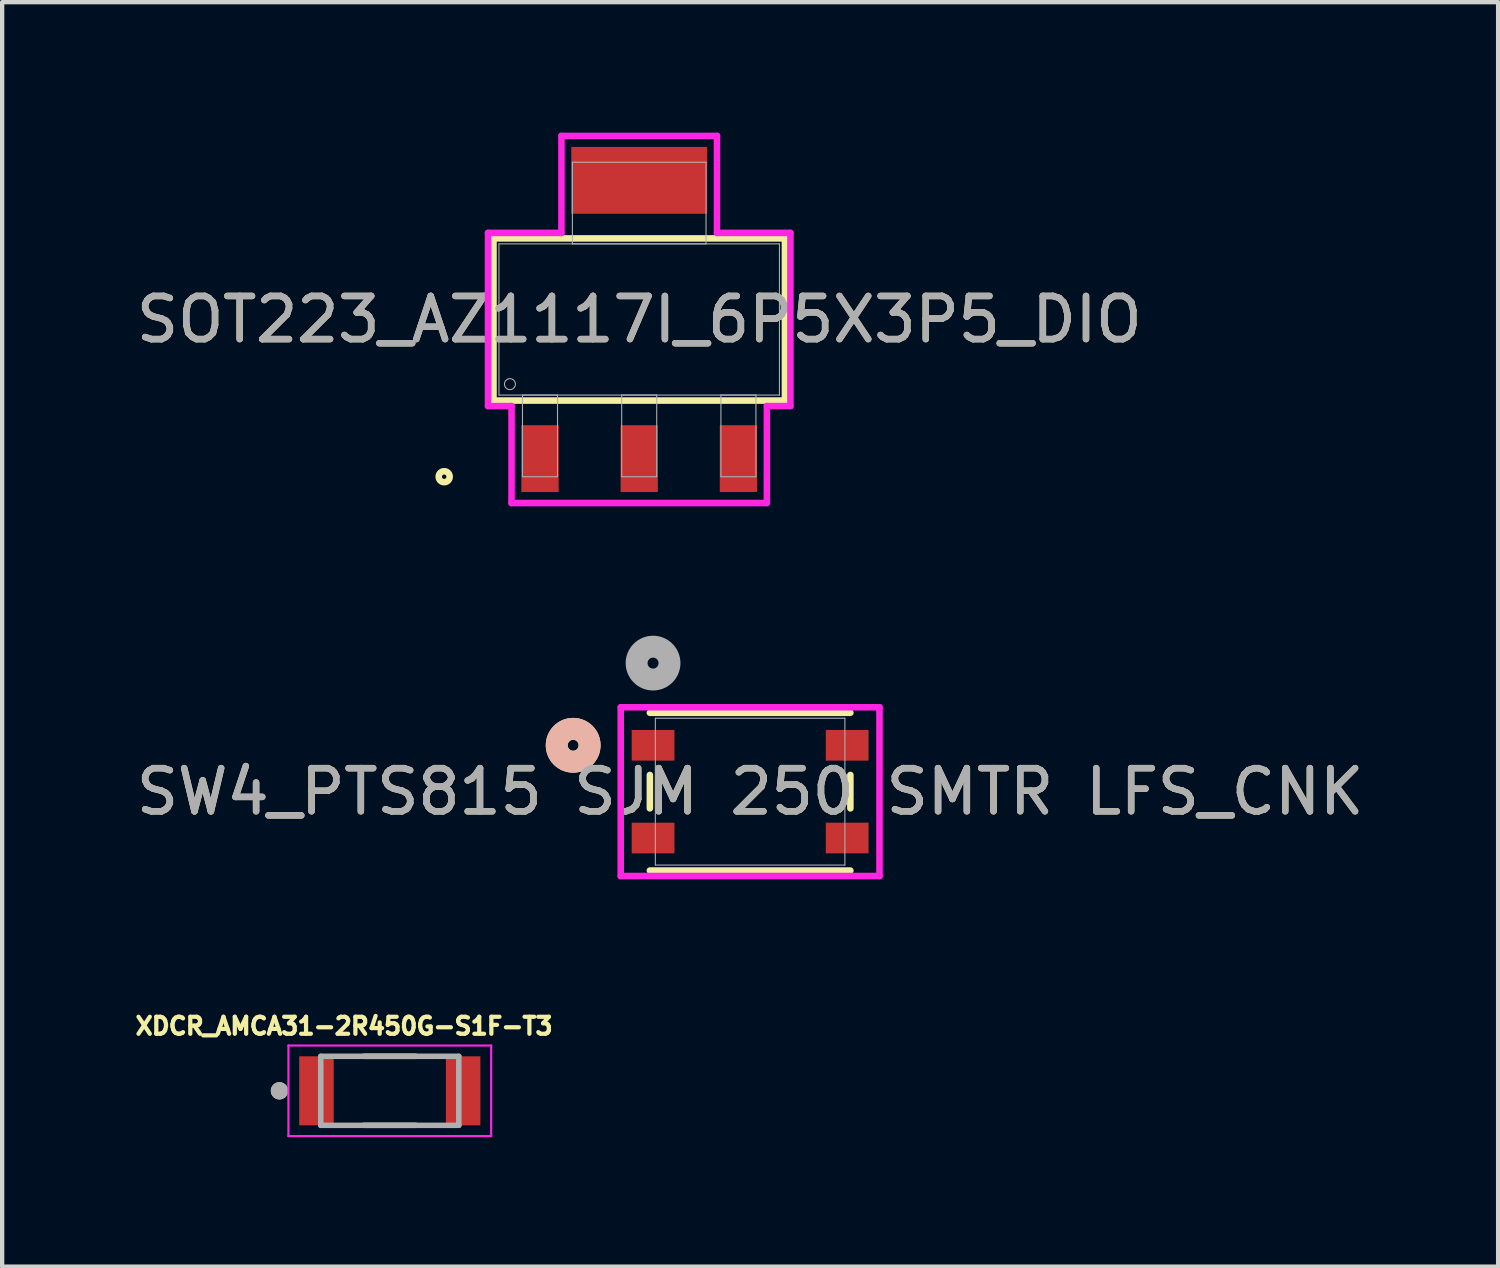
<source format=kicad_pcb>
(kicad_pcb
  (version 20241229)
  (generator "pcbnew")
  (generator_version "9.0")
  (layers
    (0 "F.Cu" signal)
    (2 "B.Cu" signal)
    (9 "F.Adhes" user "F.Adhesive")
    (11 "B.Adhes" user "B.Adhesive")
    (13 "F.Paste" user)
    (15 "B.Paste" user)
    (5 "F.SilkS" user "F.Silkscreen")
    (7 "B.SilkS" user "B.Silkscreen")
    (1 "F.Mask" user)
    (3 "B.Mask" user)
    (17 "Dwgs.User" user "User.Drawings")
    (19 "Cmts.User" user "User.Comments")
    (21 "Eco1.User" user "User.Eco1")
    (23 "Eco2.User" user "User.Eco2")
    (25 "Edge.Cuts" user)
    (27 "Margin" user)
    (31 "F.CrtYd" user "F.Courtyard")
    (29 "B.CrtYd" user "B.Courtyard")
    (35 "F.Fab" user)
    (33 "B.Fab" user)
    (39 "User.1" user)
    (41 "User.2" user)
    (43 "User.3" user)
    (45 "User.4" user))
  (footprint "SW4_PTS815 SJM 250 SMTR LFS_CNK"
    (layer "F.Cu")
    (at 14.339 15.302)
    (property "Reference" "SW4_PTS815 SJM 250 SMTR LFS_CNK" (at 0 0 0) (unlocked yes) (layer "F.SilkS") (effects (font (size 1 1) (thickness 0.15))))
    (attr smd)
    (fp_line (start -2.324 -0.387) (end -2.324 0.387) (stroke (width 0.152) (type solid)) (layer "F.SilkS"))
    (fp_line (start -2.324 1.829) (end 2.324 1.829) (stroke (width 0.152) (type solid)) (layer "F.SilkS"))
    (fp_line (start 2.324 -1.829) (end -2.324 -1.829) (stroke (width 0.152) (type solid)) (layer "F.SilkS"))
    (fp_line (start 2.324 0.387) (end 2.324 -0.387) (stroke (width 0.152) (type solid)) (layer "F.SilkS"))
    (fp_circle (center -4.102 -1.075) (end -3.721 -1.075) (stroke (width 0.508) (type solid)) (fill no) (layer "F.SilkS"))
    (fp_circle (center -4.102 -1.075) (end -3.721 -1.075) (stroke (width 0.508) (type solid)) (fill no) (layer "B.SilkS"))
    (fp_line (start -2.999 -1.956) (end -2.999 1.956) (stroke (width 0.152) (type solid)) (layer "F.CrtYd"))
    (fp_line (start -2.999 1.956) (end 2.999 1.956) (stroke (width 0.152) (type solid)) (layer "F.CrtYd"))
    (fp_line (start 2.999 -1.956) (end -2.999 -1.956) (stroke (width 0.152) (type solid)) (layer "F.CrtYd"))
    (fp_line (start 2.999 1.956) (end 2.999 -1.956) (stroke (width 0.152) (type solid)) (layer "F.CrtYd"))
    (fp_line (start -2.197 -1.702) (end -2.197 1.702) (stroke (width 0.025) (type solid)) (layer "F.Fab"))
    (fp_line (start -2.197 1.702) (end 2.197 1.702) (stroke (width 0.025) (type solid)) (layer "F.Fab"))
    (fp_line (start 2.197 -1.702) (end -2.197 -1.702) (stroke (width 0.025) (type solid)) (layer "F.Fab"))
    (fp_line (start 2.197 1.702) (end 2.197 -1.702) (stroke (width 0.025) (type solid)) (layer "F.Fab"))
    (fp_circle (center -2.25 -2.98) (end -1.869 -2.98) (stroke (width 0.508) (type solid)) (fill no) (layer "F.Fab"))
    (fp_text user "${REFERENCE}" (at 0 0 0) (unlocked yes) (layer "F.Fab") (effects (font (size 1 1) (thickness 0.15))))
    (pad "1" smd rect (at -2.25 -1.075) (size 0.991 0.711) (layers "F.Cu" "F.Mask" "F.Paste"))
    (pad "1" smd rect (at 2.25 -1.075) (size 0.991 0.711) (layers "F.Cu" "F.Mask" "F.Paste"))
    (pad "2" smd rect (at -2.25 1.075) (size 0.991 0.711) (layers "F.Cu" "F.Mask" "F.Paste"))
    (pad "2" smd rect (at 2.25 1.075) (size 0.991 0.711) (layers "F.Cu" "F.Mask" "F.Paste")))
  (footprint "SOT223_AZ1117I_6P5X3P5_DIO"
    (layer "F.Cu")
    (at 11.768 4.356)
    (property "Reference" "SOT223_AZ1117I_6P5X3P5_DIO" (at 0 0 0) (unlocked yes) (layer "F.SilkS") (effects (font (size 1 1) (thickness 0.15))))
    (attr smd)
    (fp_poly (pts (xy 1.575 -4) (xy -1.575 -4) (xy -1.575 -2.451) (xy 1.575 -2.451)) (stroke (width 0) (type solid)) (fill yes) (layer "F.Cu"))
    (fp_poly (pts (xy 1.6 -4.356) (xy -1.6 -4.356) (xy -1.6 -2.095) (xy 1.6 -2.095)) (stroke (width 0) (type solid)) (fill yes) (layer "F.Mask"))
    (fp_line (start -3.378 -1.88) (end -3.378 1.88) (stroke (width 0.152) (type solid)) (layer "F.SilkS"))
    (fp_line (start -3.378 1.88) (end 3.378 1.88) (stroke (width 0.152) (type solid)) (layer "F.SilkS"))
    (fp_line (start 3.378 -1.88) (end -3.378 -1.88) (stroke (width 0.152) (type solid)) (layer "F.SilkS"))
    (fp_line (start 3.378 1.88) (end 3.378 -1.88) (stroke (width 0.152) (type solid)) (layer "F.SilkS"))
    (fp_circle (center -4.521 3.645) (end -4.394 3.645) (stroke (width 0.152) (type solid)) (fill no) (layer "F.SilkS"))
    (fp_poly (pts (xy 1.575 -4) (xy -1.575 -4) (xy -1.575 -2.451) (xy 1.575 -2.451)) (stroke (width 0) (type solid)) (fill yes) (layer "F.Paste"))
    (fp_line (start -3.505 -2.007) (end -1.803 -2.007) (stroke (width 0.152) (type solid)) (layer "F.CrtYd"))
    (fp_line (start -3.505 2.007) (end -3.505 -2.007) (stroke (width 0.152) (type solid)) (layer "F.CrtYd"))
    (fp_line (start -2.96 2.007) (end -3.505 2.007) (stroke (width 0.152) (type solid)) (layer "F.CrtYd"))
    (fp_line (start -2.96 4.255) (end -2.96 2.007) (stroke (width 0.152) (type solid)) (layer "F.CrtYd"))
    (fp_line (start -1.803 -4.255) (end 1.803 -4.255) (stroke (width 0.152) (type solid)) (layer "F.CrtYd"))
    (fp_line (start -1.803 -2.007) (end -1.803 -4.255) (stroke (width 0.152) (type solid)) (layer "F.CrtYd"))
    (fp_line (start 1.803 -4.255) (end 1.803 -2.007) (stroke (width 0.152) (type solid)) (layer "F.CrtYd"))
    (fp_line (start 1.803 -2.007) (end 3.505 -2.007) (stroke (width 0.152) (type solid)) (layer "F.CrtYd"))
    (fp_line (start 2.96 2.007) (end 2.96 4.255) (stroke (width 0.152) (type solid)) (layer "F.CrtYd"))
    (fp_line (start 2.96 4.255) (end -2.96 4.255) (stroke (width 0.152) (type solid)) (layer "F.CrtYd"))
    (fp_line (start 3.505 -2.007) (end 3.505 2.007) (stroke (width 0.152) (type solid)) (layer "F.CrtYd"))
    (fp_line (start 3.505 2.007) (end 2.96 2.007) (stroke (width 0.152) (type solid)) (layer "F.CrtYd"))
    (fp_line (start -3.251 -1.753) (end -3.251 1.753) (stroke (width 0.025) (type solid)) (layer "F.Fab"))
    (fp_line (start -3.251 1.753) (end 3.251 1.753) (stroke (width 0.025) (type solid)) (layer "F.Fab"))
    (fp_line (start -2.706 1.753) (end -2.706 3.645) (stroke (width 0.025) (type solid)) (layer "F.Fab"))
    (fp_line (start -2.706 3.645) (end -1.894 3.645) (stroke (width 0.025) (type solid)) (layer "F.Fab"))
    (fp_line (start -1.894 1.753) (end -2.706 1.753) (stroke (width 0.025) (type solid)) (layer "F.Fab"))
    (fp_line (start -1.894 3.645) (end -1.894 1.753) (stroke (width 0.025) (type solid)) (layer "F.Fab"))
    (fp_line (start -1.549 -3.645) (end -1.549 -1.753) (stroke (width 0.025) (type solid)) (layer "F.Fab"))
    (fp_line (start -1.549 -1.753) (end 1.549 -1.753) (stroke (width 0.025) (type solid)) (layer "F.Fab"))
    (fp_line (start -0.406 1.753) (end -0.406 3.645) (stroke (width 0.025) (type solid)) (layer "F.Fab"))
    (fp_line (start -0.406 3.645) (end 0.406 3.645) (stroke (width 0.025) (type solid)) (layer "F.Fab"))
    (fp_line (start 0.406 1.753) (end -0.406 1.753) (stroke (width 0.025) (type solid)) (layer "F.Fab"))
    (fp_line (start 0.406 3.645) (end 0.406 1.753) (stroke (width 0.025) (type solid)) (layer "F.Fab"))
    (fp_line (start 1.549 -3.645) (end -1.549 -3.645) (stroke (width 0.025) (type solid)) (layer "F.Fab"))
    (fp_line (start 1.549 -1.753) (end 1.549 -3.645) (stroke (width 0.025) (type solid)) (layer "F.Fab"))
    (fp_line (start 1.894 1.753) (end 1.894 3.645) (stroke (width 0.025) (type solid)) (layer "F.Fab"))
    (fp_line (start 1.894 3.645) (end 2.706 3.645) (stroke (width 0.025) (type solid)) (layer "F.Fab"))
    (fp_line (start 2.706 1.753) (end 1.894 1.753) (stroke (width 0.025) (type solid)) (layer "F.Fab"))
    (fp_line (start 2.706 3.645) (end 2.706 1.753) (stroke (width 0.025) (type solid)) (layer "F.Fab"))
    (fp_line (start 3.251 -1.753) (end -3.251 -1.753) (stroke (width 0.025) (type solid)) (layer "F.Fab"))
    (fp_line (start 3.251 1.753) (end 3.251 -1.753) (stroke (width 0.025) (type solid)) (layer "F.Fab"))
    (fp_circle (center -2.997 1.499) (end -2.87 1.499) (stroke (width 0.025) (type solid)) (fill no) (layer "F.Fab"))
    (fp_text user "${REFERENCE}" (at 0 0 0) (unlocked yes) (layer "F.Fab") (effects (font (size 1 1) (thickness 0.15))))
    (pad "1" smd rect (at -2.3 3.226) (size 0.864 1.549) (layers "F.Cu" "F.Mask" "F.Paste"))
    (pad "2" smd rect (at 0 3.226) (size 0.864 1.549) (layers "F.Cu" "F.Mask" "F.Paste"))
    (pad "3" smd rect (at 2.3 3.226) (size 0.864 1.549) (layers "F.Cu" "F.Mask" "F.Paste")))
  (footprint "XDCR_AMCA31-2R450G-S1F-T3"
    (layer "F.Cu")
    (at 5.986 22.237)
    (property "Reference" "XDCR_AMCA31-2R450G-S1F-T3" (at -1.06 -1.5 0) (layer "F.SilkS") (effects (font (size 0.394 0.394) (thickness 0.098))))
    (attr smd)
    (fp_line (start -0.6 -0.8) (end 0.6 -0.8) (stroke (width 0.127) (type solid)) (layer "F.SilkS"))
    (fp_line (start -0.6 0.8) (end 0.6 0.8) (stroke (width 0.127) (type solid)) (layer "F.SilkS"))
    (fp_circle (center -2.558 0) (end -2.458 0) (stroke (width 0.2) (type solid)) (fill no) (layer "F.SilkS"))
    (fp_line (start -2.35 -1.05) (end 2.35 -1.05) (stroke (width 0.05) (type solid)) (layer "F.CrtYd"))
    (fp_line (start -2.35 1.05) (end -2.35 -1.05) (stroke (width 0.05) (type solid)) (layer "F.CrtYd"))
    (fp_line (start -2.35 1.05) (end 2.35 1.05) (stroke (width 0.05) (type solid)) (layer "F.CrtYd"))
    (fp_line (start 2.35 1.05) (end 2.35 -1.05) (stroke (width 0.05) (type solid)) (layer "F.CrtYd"))
    (fp_line (start -1.6 0.8) (end -1.6 -0.8) (stroke (width 0.127) (type solid)) (layer "F.Fab"))
    (fp_line (start 1.6 -0.8) (end -1.6 -0.8) (stroke (width 0.127) (type solid)) (layer "F.Fab"))
    (fp_line (start 1.6 0.8) (end -1.6 0.8) (stroke (width 0.127) (type solid)) (layer "F.Fab"))
    (fp_line (start 1.6 0.8) (end 1.6 -0.8) (stroke (width 0.127) (type solid)) (layer "F.Fab"))
    (fp_circle (center -2.558 0) (end -2.458 0) (stroke (width 0.2) (type solid)) (fill no) (layer "F.Fab"))
    (pad "1" smd rect (at -1.7 0) (size 0.8 1.6) (layers "F.Cu" "F.Mask" "F.Paste"))
    (pad "2" smd rect (at 1.7 0) (size 0.8 1.6) (layers "F.Cu" "F.Mask" "F.Paste")))
  (gr_rect
    (start -3 -3)
    (end 31.679 26.312)
    (stroke (width 0.1) (type default))
    (fill no)
    (layer "Edge.Cuts")))
</source>
